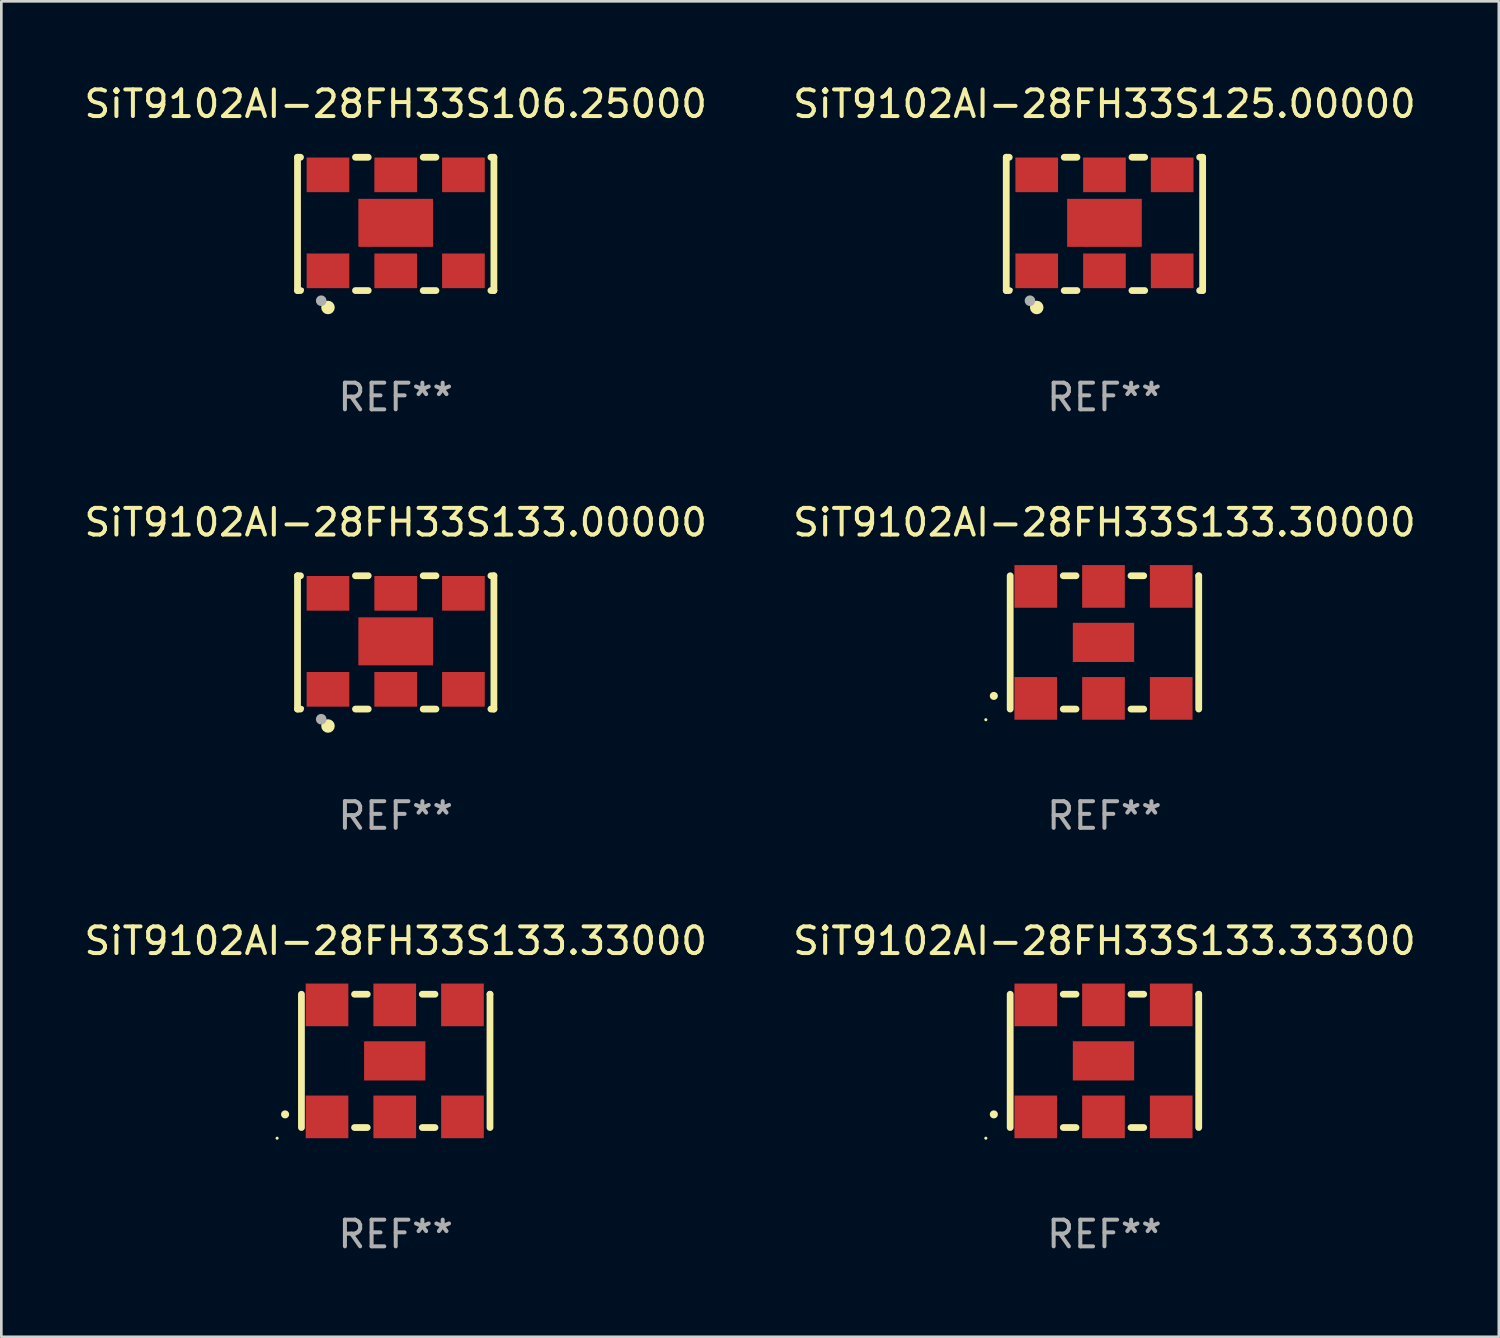
<source format=kicad_pcb>
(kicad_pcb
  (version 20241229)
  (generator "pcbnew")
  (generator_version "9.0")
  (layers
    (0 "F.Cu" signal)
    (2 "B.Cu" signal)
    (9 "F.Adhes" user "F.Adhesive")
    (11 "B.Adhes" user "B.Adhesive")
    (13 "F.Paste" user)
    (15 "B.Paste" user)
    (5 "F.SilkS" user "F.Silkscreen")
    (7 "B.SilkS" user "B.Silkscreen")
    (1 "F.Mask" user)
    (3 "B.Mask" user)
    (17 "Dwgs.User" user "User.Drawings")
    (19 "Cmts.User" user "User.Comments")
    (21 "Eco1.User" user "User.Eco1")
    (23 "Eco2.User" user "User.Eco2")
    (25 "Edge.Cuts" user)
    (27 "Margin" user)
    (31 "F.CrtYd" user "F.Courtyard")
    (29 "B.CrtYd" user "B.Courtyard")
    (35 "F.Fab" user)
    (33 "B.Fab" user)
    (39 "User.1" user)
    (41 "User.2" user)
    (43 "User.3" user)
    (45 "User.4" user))
  (footprint "SiT9102AI-28FH33S133.33000"
    (layer "F.Cu")
    (at 11.792 36.741)
    (property "Reference" "SiT9102AI-28FH33S133.33000" (at 0 -4.5 0) (layer "F.SilkS") (effects (font (size 1 1) (thickness 0.15))))
    (attr through_hole)
    (fp_line (start -3.536 -2.5) (end -3.536 2.5) (stroke (width 0.254) (type solid)) (layer "F.SilkS"))
    (fp_line (start -1.544 2.5) (end -1.067 2.5) (stroke (width 0.254) (type solid)) (layer "F.SilkS"))
    (fp_line (start -1.067 -2.5) (end -1.544 -2.5) (stroke (width 0.254) (type solid)) (layer "F.SilkS"))
    (fp_line (start 0.996 2.5) (end 1.473 2.5) (stroke (width 0.254) (type solid)) (layer "F.SilkS"))
    (fp_line (start 1.473 -2.5) (end 0.996 -2.5) (stroke (width 0.254) (type solid)) (layer "F.SilkS"))
    (fp_line (start 3.536 -2.5) (end 3.536 -2.5) (stroke (width 0.254) (type solid)) (layer "F.SilkS"))
    (fp_line (start 3.536 2.5) (end 3.536 -2.5) (stroke (width 0.254) (type solid)) (layer "F.SilkS"))
    (fp_arc (start -4.150432 2.006604) (mid -4.149162 2.006599) (end -4.147892 2.006604) (stroke (width 0.3) (type solid)) (layer "F.SilkS"))
    (fp_circle (center -4.449 2.9) (end -4.419 2.9) (stroke (width 0.06) (type solid)) (fill no) (layer "F.SilkS"))
    (fp_text user "REF**" (at 0 6.5 0) (layer "F.Fab") (effects (font (size 1 1) (thickness 0.15))))
    (pad "1" smd rect (at -2.576 2.1) (size 1.6 1.6) (layers "F.Cu" "F.Mask" "F.Paste"))
    (pad "2" smd rect (at -0.036 2.1) (size 1.6 1.6) (layers "F.Cu" "F.Mask" "F.Paste"))
    (pad "3" smd rect (at 2.504 2.1) (size 1.6 1.6) (layers "F.Cu" "F.Mask" "F.Paste"))
    (pad "4" smd rect (at 2.504 -2.1) (size 1.6 1.6) (layers "F.Cu" "F.Mask" "F.Paste"))
    (pad "5" smd rect (at -0.036 -2.1) (size 1.6 1.6) (layers "F.Cu" "F.Mask" "F.Paste"))
    (pad "6" smd rect (at -2.576 -2.1) (size 1.6 1.6) (layers "F.Cu" "F.Mask" "F.Paste"))
    (pad "7" smd rect (at -0.036 0) (size 2.3 1.47) (layers "F.Cu" "F.Mask" "F.Paste")))
  (footprint "SiT9102AI-28FH33S133.30000"
    (layer "F.Cu")
    (at 38.375 21.045)
    (property "Reference" "SiT9102AI-28FH33S133.30000" (at 0 -4.5 0) (layer "F.SilkS") (effects (font (size 1 1) (thickness 0.15))))
    (attr through_hole)
    (fp_line (start -3.536 -2.5) (end -3.536 2.5) (stroke (width 0.254) (type solid)) (layer "F.SilkS"))
    (fp_line (start -1.544 2.5) (end -1.067 2.5) (stroke (width 0.254) (type solid)) (layer "F.SilkS"))
    (fp_line (start -1.067 -2.5) (end -1.544 -2.5) (stroke (width 0.254) (type solid)) (layer "F.SilkS"))
    (fp_line (start 0.996 2.5) (end 1.473 2.5) (stroke (width 0.254) (type solid)) (layer "F.SilkS"))
    (fp_line (start 1.473 -2.5) (end 0.996 -2.5) (stroke (width 0.254) (type solid)) (layer "F.SilkS"))
    (fp_line (start 3.536 -2.5) (end 3.536 -2.5) (stroke (width 0.254) (type solid)) (layer "F.SilkS"))
    (fp_line (start 3.536 2.5) (end 3.536 -2.5) (stroke (width 0.254) (type solid)) (layer "F.SilkS"))
    (fp_arc (start -4.150432 2.006604) (mid -4.149162 2.006599) (end -4.147892 2.006604) (stroke (width 0.3) (type solid)) (layer "F.SilkS"))
    (fp_circle (center -4.449 2.9) (end -4.419 2.9) (stroke (width 0.06) (type solid)) (fill no) (layer "F.SilkS"))
    (fp_text user "REF**" (at 0 6.5 0) (layer "F.Fab") (effects (font (size 1 1) (thickness 0.15))))
    (pad "1" smd rect (at -2.576 2.1) (size 1.6 1.6) (layers "F.Cu" "F.Mask" "F.Paste"))
    (pad "2" smd rect (at -0.036 2.1) (size 1.6 1.6) (layers "F.Cu" "F.Mask" "F.Paste"))
    (pad "3" smd rect (at 2.504 2.1) (size 1.6 1.6) (layers "F.Cu" "F.Mask" "F.Paste"))
    (pad "4" smd rect (at 2.504 -2.1) (size 1.6 1.6) (layers "F.Cu" "F.Mask" "F.Paste"))
    (pad "5" smd rect (at -0.036 -2.1) (size 1.6 1.6) (layers "F.Cu" "F.Mask" "F.Paste"))
    (pad "6" smd rect (at -2.576 -2.1) (size 1.6 1.6) (layers "F.Cu" "F.Mask" "F.Paste"))
    (pad "7" smd rect (at -0.036 0) (size 2.3 1.47) (layers "F.Cu" "F.Mask" "F.Paste")))
  (footprint "SiT9102AI-28FH33S125.00000"
    (layer "F.Cu")
    (at 38.375 5.348)
    (property "Reference" "SiT9102AI-28FH33S125.00000" (at 0 -4.5 0) (layer "F.SilkS") (effects (font (size 1 1) (thickness 0.15))))
    (attr through_hole)
    (fp_line (start -3.683 -2.5) (end -3.571 -2.5) (stroke (width 0.254) (type solid)) (layer "F.SilkS"))
    (fp_line (start -3.683 2.5) (end -3.683 -2.5) (stroke (width 0.254) (type solid)) (layer "F.SilkS"))
    (fp_line (start -3.683 2.5) (end -3.571 2.5) (stroke (width 0.254) (type solid)) (layer "F.SilkS"))
    (fp_line (start -1.509 -2.5) (end -1.031 -2.5) (stroke (width 0.254) (type solid)) (layer "F.SilkS"))
    (fp_line (start -1.509 2.5) (end -1.031 2.5) (stroke (width 0.254) (type solid)) (layer "F.SilkS"))
    (fp_line (start 1.031 -2.5) (end 1.509 -2.5) (stroke (width 0.254) (type solid)) (layer "F.SilkS"))
    (fp_line (start 1.031 2.5) (end 1.509 2.5) (stroke (width 0.254) (type solid)) (layer "F.SilkS"))
    (fp_line (start 3.571 -2.5) (end 3.683 -2.5) (stroke (width 0.254) (type solid)) (layer "F.SilkS"))
    (fp_line (start 3.571 2.5) (end 3.683 2.5) (stroke (width 0.254) (type solid)) (layer "F.SilkS"))
    (fp_line (start 3.683 2.5) (end 3.683 -2.5) (stroke (width 0.254) (type solid)) (layer "F.SilkS"))
    (fp_circle (center -3.5 2.46) (end -3.47 2.46) (stroke (width 0.06) (type solid)) (fill no) (layer "F.SilkS"))
    (fp_circle (center -2.54 3.135) (end -2.413 3.135) (stroke (width 0.254) (type solid)) (fill no) (layer "F.SilkS"))
    (fp_circle (center -2.794 2.881) (end -2.694 2.881) (stroke (width 0.2) (type solid)) (fill no) (layer "F.Fab"))
    (fp_text user "REF**" (at 0 6.5 0) (layer "F.Fab") (effects (font (size 1 1) (thickness 0.15))))
    (pad "1" smd rect (at -2.54 1.76) (size 1.6 1.3) (layers "F.Cu" "F.Mask" "F.Paste"))
    (pad "2" smd rect (at 0 1.76) (size 1.6 1.3) (layers "F.Cu" "F.Mask" "F.Paste"))
    (pad "3" smd rect (at 2.54 1.76) (size 1.6 1.3) (layers "F.Cu" "F.Mask" "F.Paste"))
    (pad "4" smd rect (at 2.54 -1.84) (size 1.6 1.3) (layers "F.Cu" "F.Mask" "F.Paste"))
    (pad "5" smd rect (at 0 -1.84) (size 1.6 1.3) (layers "F.Cu" "F.Mask" "F.Paste"))
    (pad "6" smd rect (at -2.54 -1.84) (size 1.6 1.3) (layers "F.Cu" "F.Mask" "F.Paste"))
    (pad "7" smd rect (at 0 -0.04) (size 2.8 1.8) (layers "F.Cu" "F.Mask" "F.Paste")))
  (footprint "SiT9102AI-28FH33S106.25000"
    (layer "F.Cu")
    (at 11.792 5.348)
    (property "Reference" "SiT9102AI-28FH33S106.25000" (at 0 -4.5 0) (layer "F.SilkS") (effects (font (size 1 1) (thickness 0.15))))
    (attr through_hole)
    (fp_line (start -3.683 -2.5) (end -3.571 -2.5) (stroke (width 0.254) (type solid)) (layer "F.SilkS"))
    (fp_line (start -3.683 2.5) (end -3.683 -2.5) (stroke (width 0.254) (type solid)) (layer "F.SilkS"))
    (fp_line (start -3.683 2.5) (end -3.571 2.5) (stroke (width 0.254) (type solid)) (layer "F.SilkS"))
    (fp_line (start -1.509 -2.5) (end -1.031 -2.5) (stroke (width 0.254) (type solid)) (layer "F.SilkS"))
    (fp_line (start -1.509 2.5) (end -1.031 2.5) (stroke (width 0.254) (type solid)) (layer "F.SilkS"))
    (fp_line (start 1.031 -2.5) (end 1.509 -2.5) (stroke (width 0.254) (type solid)) (layer "F.SilkS"))
    (fp_line (start 1.031 2.5) (end 1.509 2.5) (stroke (width 0.254) (type solid)) (layer "F.SilkS"))
    (fp_line (start 3.571 -2.5) (end 3.683 -2.5) (stroke (width 0.254) (type solid)) (layer "F.SilkS"))
    (fp_line (start 3.571 2.5) (end 3.683 2.5) (stroke (width 0.254) (type solid)) (layer "F.SilkS"))
    (fp_line (start 3.683 2.5) (end 3.683 -2.5) (stroke (width 0.254) (type solid)) (layer "F.SilkS"))
    (fp_circle (center -3.5 2.46) (end -3.47 2.46) (stroke (width 0.06) (type solid)) (fill no) (layer "F.SilkS"))
    (fp_circle (center -2.54 3.135) (end -2.413 3.135) (stroke (width 0.254) (type solid)) (fill no) (layer "F.SilkS"))
    (fp_circle (center -2.794 2.881) (end -2.694 2.881) (stroke (width 0.2) (type solid)) (fill no) (layer "F.Fab"))
    (fp_text user "REF**" (at 0 6.5 0) (layer "F.Fab") (effects (font (size 1 1) (thickness 0.15))))
    (pad "1" smd rect (at -2.54 1.76) (size 1.6 1.3) (layers "F.Cu" "F.Mask" "F.Paste"))
    (pad "2" smd rect (at 0 1.76) (size 1.6 1.3) (layers "F.Cu" "F.Mask" "F.Paste"))
    (pad "3" smd rect (at 2.54 1.76) (size 1.6 1.3) (layers "F.Cu" "F.Mask" "F.Paste"))
    (pad "4" smd rect (at 2.54 -1.84) (size 1.6 1.3) (layers "F.Cu" "F.Mask" "F.Paste"))
    (pad "5" smd rect (at 0 -1.84) (size 1.6 1.3) (layers "F.Cu" "F.Mask" "F.Paste"))
    (pad "6" smd rect (at -2.54 -1.84) (size 1.6 1.3) (layers "F.Cu" "F.Mask" "F.Paste"))
    (pad "7" smd rect (at 0 -0.04) (size 2.8 1.8) (layers "F.Cu" "F.Mask" "F.Paste")))
  (footprint "SiT9102AI-28FH33S133.00000"
    (layer "F.Cu")
    (at 11.792 21.045)
    (property "Reference" "SiT9102AI-28FH33S133.00000" (at 0 -4.5 0) (layer "F.SilkS") (effects (font (size 1 1) (thickness 0.15))))
    (attr through_hole)
    (fp_line (start -3.683 -2.5) (end -3.571 -2.5) (stroke (width 0.254) (type solid)) (layer "F.SilkS"))
    (fp_line (start -3.683 2.5) (end -3.683 -2.5) (stroke (width 0.254) (type solid)) (layer "F.SilkS"))
    (fp_line (start -3.683 2.5) (end -3.571 2.5) (stroke (width 0.254) (type solid)) (layer "F.SilkS"))
    (fp_line (start -1.509 -2.5) (end -1.031 -2.5) (stroke (width 0.254) (type solid)) (layer "F.SilkS"))
    (fp_line (start -1.509 2.5) (end -1.031 2.5) (stroke (width 0.254) (type solid)) (layer "F.SilkS"))
    (fp_line (start 1.031 -2.5) (end 1.509 -2.5) (stroke (width 0.254) (type solid)) (layer "F.SilkS"))
    (fp_line (start 1.031 2.5) (end 1.509 2.5) (stroke (width 0.254) (type solid)) (layer "F.SilkS"))
    (fp_line (start 3.571 -2.5) (end 3.683 -2.5) (stroke (width 0.254) (type solid)) (layer "F.SilkS"))
    (fp_line (start 3.571 2.5) (end 3.683 2.5) (stroke (width 0.254) (type solid)) (layer "F.SilkS"))
    (fp_line (start 3.683 2.5) (end 3.683 -2.5) (stroke (width 0.254) (type solid)) (layer "F.SilkS"))
    (fp_circle (center -3.5 2.46) (end -3.47 2.46) (stroke (width 0.06) (type solid)) (fill no) (layer "F.SilkS"))
    (fp_circle (center -2.54 3.135) (end -2.413 3.135) (stroke (width 0.254) (type solid)) (fill no) (layer "F.SilkS"))
    (fp_circle (center -2.794 2.881) (end -2.694 2.881) (stroke (width 0.2) (type solid)) (fill no) (layer "F.Fab"))
    (fp_text user "REF**" (at 0 6.5 0) (layer "F.Fab") (effects (font (size 1 1) (thickness 0.15))))
    (pad "1" smd rect (at -2.54 1.76) (size 1.6 1.3) (layers "F.Cu" "F.Mask" "F.Paste"))
    (pad "2" smd rect (at 0 1.76) (size 1.6 1.3) (layers "F.Cu" "F.Mask" "F.Paste"))
    (pad "3" smd rect (at 2.54 1.76) (size 1.6 1.3) (layers "F.Cu" "F.Mask" "F.Paste"))
    (pad "4" smd rect (at 2.54 -1.84) (size 1.6 1.3) (layers "F.Cu" "F.Mask" "F.Paste"))
    (pad "5" smd rect (at 0 -1.84) (size 1.6 1.3) (layers "F.Cu" "F.Mask" "F.Paste"))
    (pad "6" smd rect (at -2.54 -1.84) (size 1.6 1.3) (layers "F.Cu" "F.Mask" "F.Paste"))
    (pad "7" smd rect (at 0 -0.04) (size 2.8 1.8) (layers "F.Cu" "F.Mask" "F.Paste")))
  (footprint "SiT9102AI-28FH33S133.33300"
    (layer "F.Cu")
    (at 38.375 36.741)
    (property "Reference" "SiT9102AI-28FH33S133.33300" (at 0 -4.5 0) (layer "F.SilkS") (effects (font (size 1 1) (thickness 0.15))))
    (attr through_hole)
    (fp_line (start -3.536 -2.5) (end -3.536 2.5) (stroke (width 0.254) (type solid)) (layer "F.SilkS"))
    (fp_line (start -1.544 2.5) (end -1.067 2.5) (stroke (width 0.254) (type solid)) (layer "F.SilkS"))
    (fp_line (start -1.067 -2.5) (end -1.544 -2.5) (stroke (width 0.254) (type solid)) (layer "F.SilkS"))
    (fp_line (start 0.996 2.5) (end 1.473 2.5) (stroke (width 0.254) (type solid)) (layer "F.SilkS"))
    (fp_line (start 1.473 -2.5) (end 0.996 -2.5) (stroke (width 0.254) (type solid)) (layer "F.SilkS"))
    (fp_line (start 3.536 -2.5) (end 3.536 -2.5) (stroke (width 0.254) (type solid)) (layer "F.SilkS"))
    (fp_line (start 3.536 2.5) (end 3.536 -2.5) (stroke (width 0.254) (type solid)) (layer "F.SilkS"))
    (fp_arc (start -4.150432 2.006604) (mid -4.149162 2.006599) (end -4.147892 2.006604) (stroke (width 0.3) (type solid)) (layer "F.SilkS"))
    (fp_circle (center -4.449 2.9) (end -4.419 2.9) (stroke (width 0.06) (type solid)) (fill no) (layer "F.SilkS"))
    (fp_text user "REF**" (at 0 6.5 0) (layer "F.Fab") (effects (font (size 1 1) (thickness 0.15))))
    (pad "1" smd rect (at -2.576 2.1) (size 1.6 1.6) (layers "F.Cu" "F.Mask" "F.Paste"))
    (pad "2" smd rect (at -0.036 2.1) (size 1.6 1.6) (layers "F.Cu" "F.Mask" "F.Paste"))
    (pad "3" smd rect (at 2.504 2.1) (size 1.6 1.6) (layers "F.Cu" "F.Mask" "F.Paste"))
    (pad "4" smd rect (at 2.504 -2.1) (size 1.6 1.6) (layers "F.Cu" "F.Mask" "F.Paste"))
    (pad "5" smd rect (at -0.036 -2.1) (size 1.6 1.6) (layers "F.Cu" "F.Mask" "F.Paste"))
    (pad "6" smd rect (at -2.576 -2.1) (size 1.6 1.6) (layers "F.Cu" "F.Mask" "F.Paste"))
    (pad "7" smd rect (at -0.036 0) (size 2.3 1.47) (layers "F.Cu" "F.Mask" "F.Paste")))
  (gr_rect
    (start -3 -3)
    (end 53.167 47.09)
    (stroke (width 0.1) (type default))
    (fill no)
    (layer "Edge.Cuts")))
</source>
